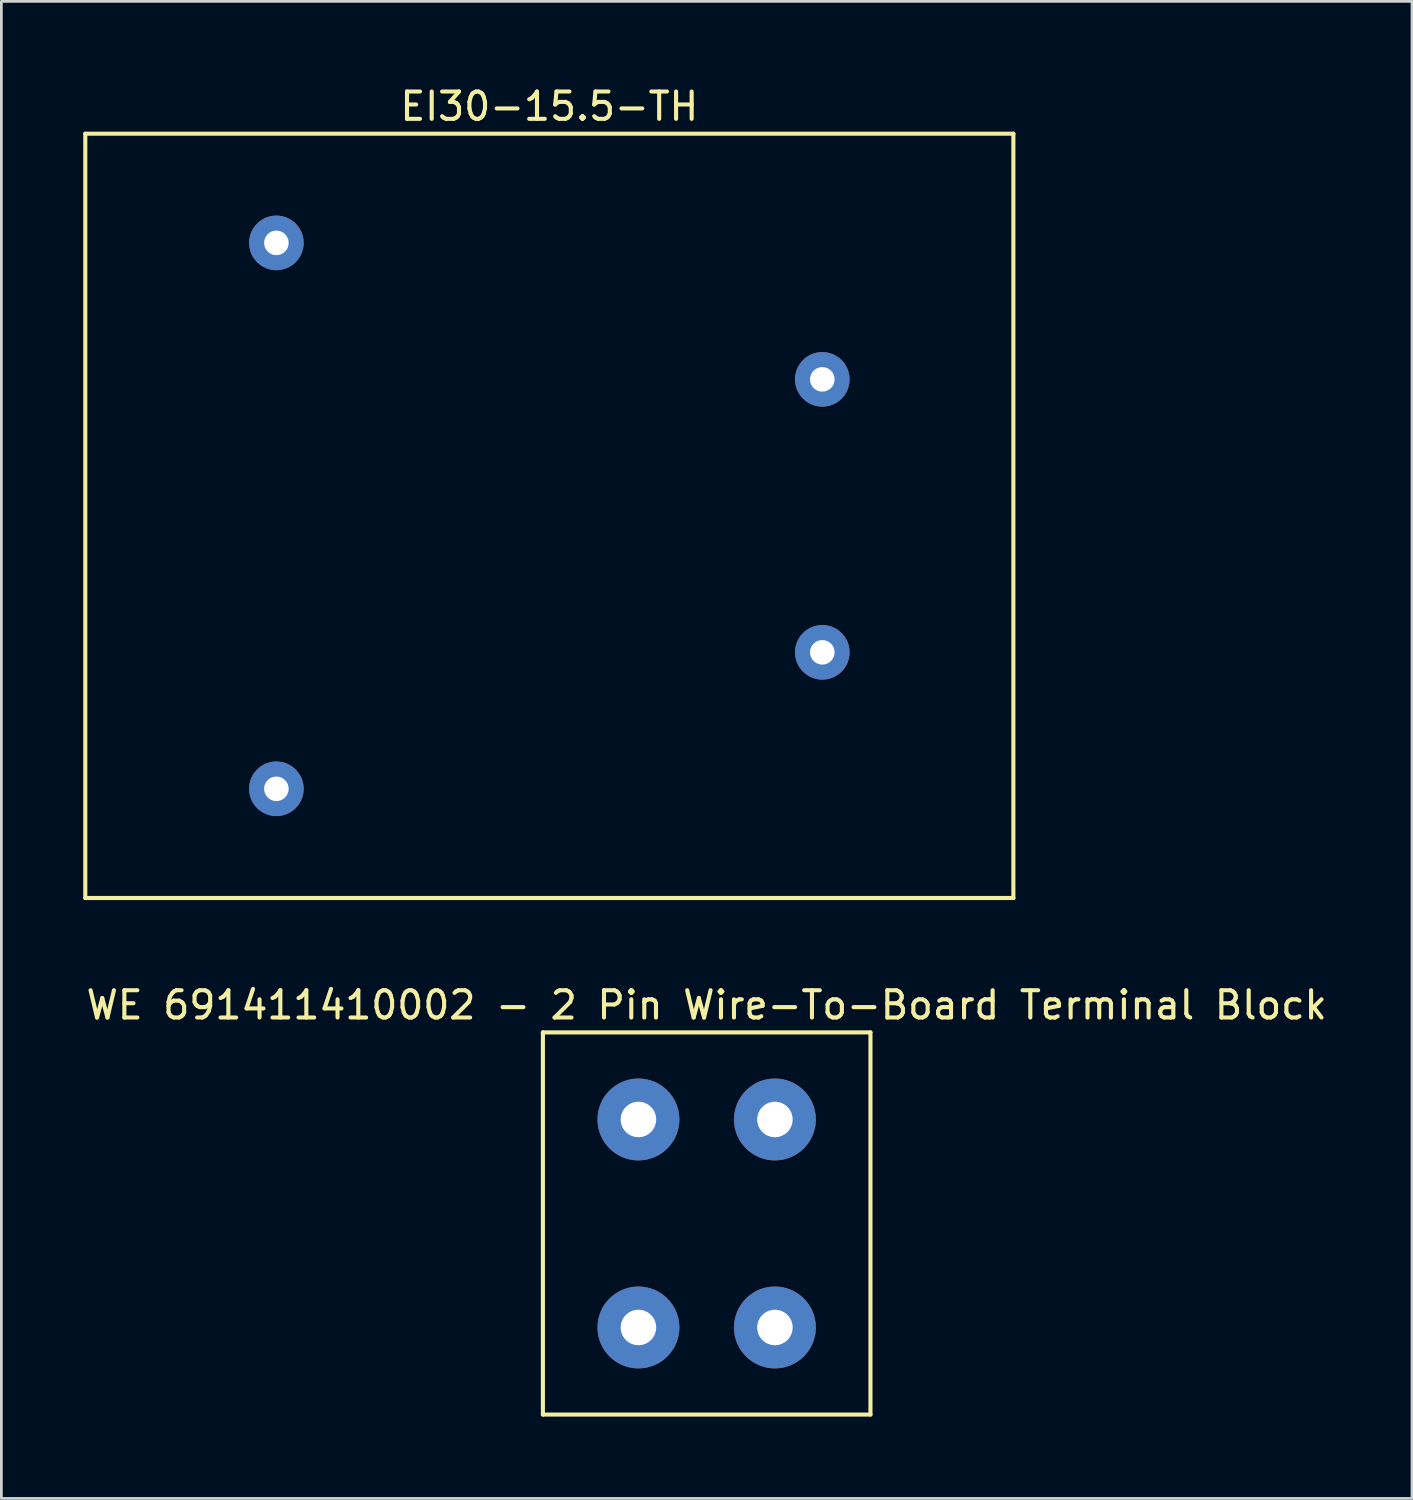
<source format=kicad_pcb>
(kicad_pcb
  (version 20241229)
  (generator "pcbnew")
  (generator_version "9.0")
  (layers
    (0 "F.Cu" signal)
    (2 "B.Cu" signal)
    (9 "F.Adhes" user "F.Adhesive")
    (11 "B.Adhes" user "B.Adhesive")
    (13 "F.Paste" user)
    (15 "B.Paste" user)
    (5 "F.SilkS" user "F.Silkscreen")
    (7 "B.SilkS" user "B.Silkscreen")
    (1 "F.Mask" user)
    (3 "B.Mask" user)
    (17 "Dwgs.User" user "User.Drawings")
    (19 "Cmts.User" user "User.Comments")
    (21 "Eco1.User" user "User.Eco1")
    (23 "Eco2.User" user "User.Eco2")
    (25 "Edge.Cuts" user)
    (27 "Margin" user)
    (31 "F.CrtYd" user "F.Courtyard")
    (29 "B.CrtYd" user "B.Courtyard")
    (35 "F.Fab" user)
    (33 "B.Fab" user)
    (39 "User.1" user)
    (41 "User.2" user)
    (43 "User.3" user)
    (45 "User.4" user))
  (footprint "EI30-15.5-TH"
    (layer "F.Cu")
    (at 17.075 15.848)
    (property "Reference" "EI30-15.5-TH" (at 0 -15 0) (layer "F.SilkS") (effects (font (size 1 1) (thickness 0.15))))
    (attr through_hole)
    (fp_line (start -17 -14) (end 17 -14) (stroke (width 0.15) (type solid)) (layer "F.SilkS"))
    (fp_line (start -17 14) (end -17 -14) (stroke (width 0.15) (type solid)) (layer "F.SilkS"))
    (fp_line (start 17 -14) (end 17 14) (stroke (width 0.15) (type solid)) (layer "F.SilkS"))
    (fp_line (start 17 14) (end -17 14) (stroke (width 0.15) (type solid)) (layer "F.SilkS"))
    (pad "1" thru_hole circle (at -10 -10) (size 2 2) (drill 0.9) (layers "*.Cu" "*.Mask"))
    (pad "5" thru_hole circle (at -10 10) (size 2 2) (drill 0.9) (layers "*.Cu" "*.Mask"))
    (pad "7" thru_hole circle (at 10 5) (size 2 2) (drill 0.9) (layers "*.Cu" "*.Mask"))
    (pad "9" thru_hole circle (at 10 -5) (size 2 2) (drill 0.9) (layers "*.Cu" "*.Mask")))
  (footprint "WE 691411410002 - 2 Pin Wire-To-Board Terminal Block"
    (layer "F.Cu")
    (at 22.839 41.772)
    (property "Reference" "WE 691411410002 - 2 Pin Wire-To-Board Terminal Block" (at 0 -8 0) (layer "F.SilkS") (effects (font (size 1 1) (thickness 0.15))))
    (attr through_hole)
    (fp_line (start -6 -7) (end -6 7) (stroke (width 0.15) (type solid)) (layer "F.SilkS"))
    (fp_line (start -6 7) (end 6 7) (stroke (width 0.15) (type solid)) (layer "F.SilkS"))
    (fp_line (start 6 -7) (end -6 -7) (stroke (width 0.15) (type solid)) (layer "F.SilkS"))
    (fp_line (start 6 7) (end 6 -7) (stroke (width 0.15) (type solid)) (layer "F.SilkS"))
    (pad "1" thru_hole circle (at -2.5 -3.81) (size 3 3) (drill 1.3) (layers "*.Cu" "*.Mask"))
    (pad "1" thru_hole circle (at 2.5 -3.81) (size 3 3) (drill 1.3) (layers "*.Cu" "*.Mask"))
    (pad "2" thru_hole circle (at -2.5 3.81) (size 3 3) (drill 1.3) (layers "*.Cu" "*.Mask"))
    (pad "2" thru_hole circle (at 2.5 3.81) (size 3 3) (drill 1.3) (layers "*.Cu" "*.Mask")))
  (gr_rect
    (start -3 -3)
    (end 48.679 51.846)
    (stroke (width 0.1) (type default))
    (fill no)
    (layer "Edge.Cuts")))
</source>
